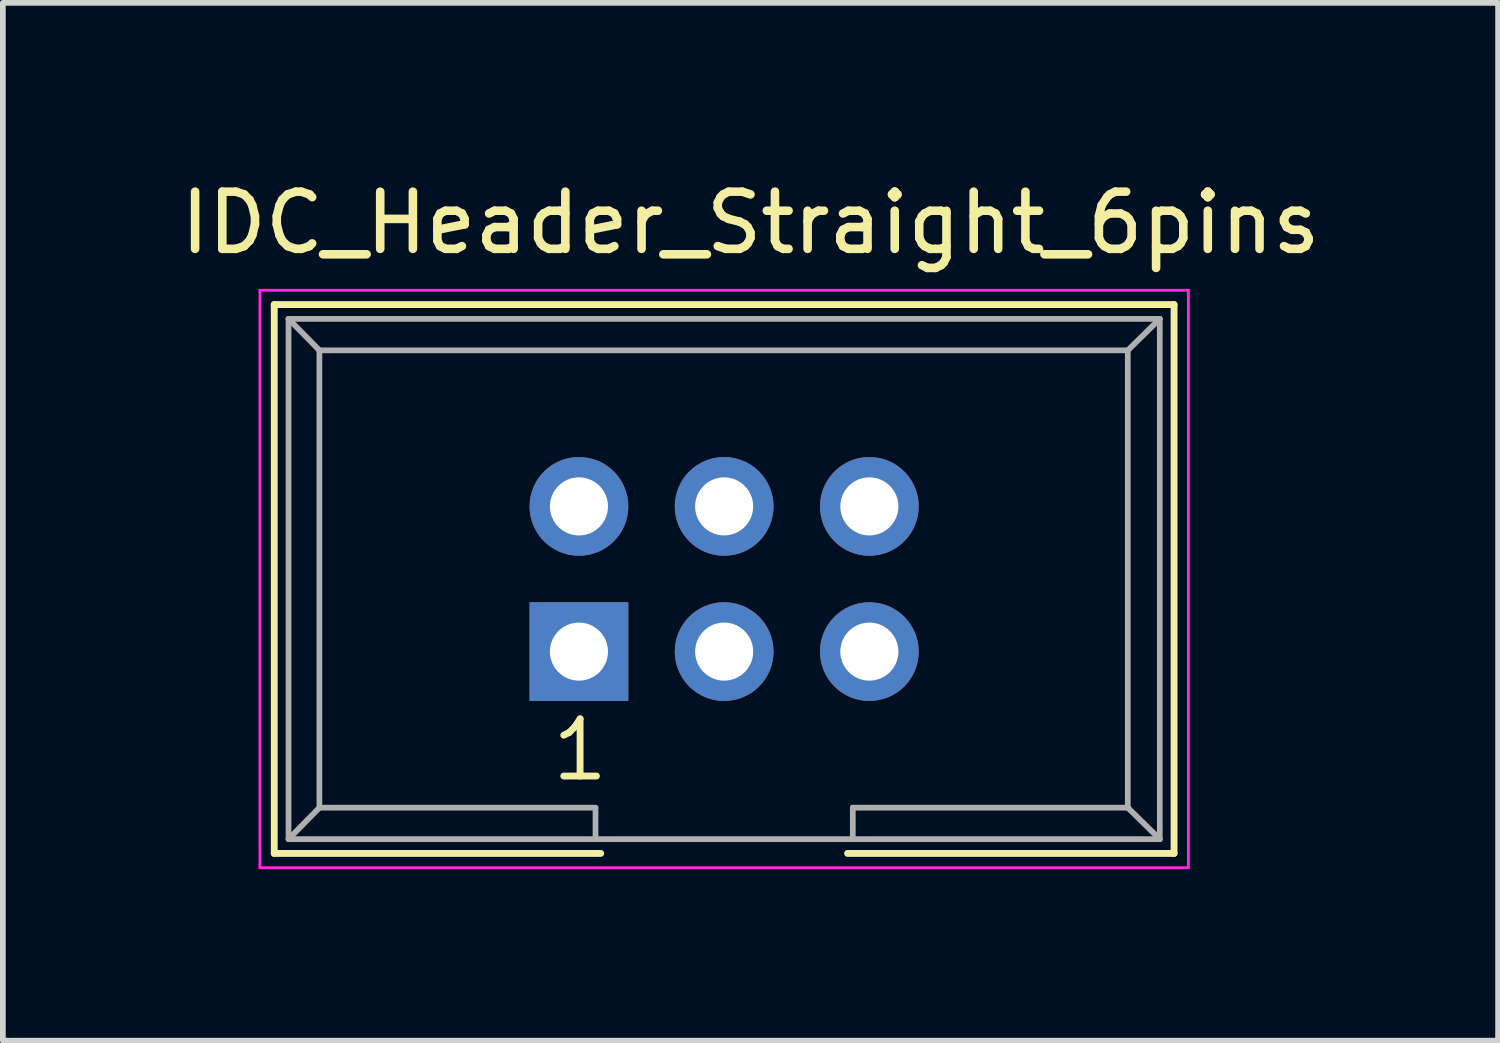
<source format=kicad_pcb>
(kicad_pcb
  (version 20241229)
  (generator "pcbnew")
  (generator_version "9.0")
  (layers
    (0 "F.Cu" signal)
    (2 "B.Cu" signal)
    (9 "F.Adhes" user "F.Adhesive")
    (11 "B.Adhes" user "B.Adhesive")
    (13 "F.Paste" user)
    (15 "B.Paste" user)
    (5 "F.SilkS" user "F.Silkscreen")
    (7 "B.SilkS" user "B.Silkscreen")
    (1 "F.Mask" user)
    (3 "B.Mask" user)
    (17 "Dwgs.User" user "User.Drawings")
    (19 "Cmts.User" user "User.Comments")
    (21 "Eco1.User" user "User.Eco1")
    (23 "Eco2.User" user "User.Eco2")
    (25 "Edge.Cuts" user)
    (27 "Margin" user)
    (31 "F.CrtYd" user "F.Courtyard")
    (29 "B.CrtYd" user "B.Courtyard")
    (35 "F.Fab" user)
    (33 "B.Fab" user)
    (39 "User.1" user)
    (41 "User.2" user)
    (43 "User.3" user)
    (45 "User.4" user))
  (footprint "IDC_Header_Straight_6pins"
    (layer "F.Cu")
    (at 7.077 8.348)
    (property "Reference" "IDC_Header_Straight_6pins" (at 3 -7.5 0) (layer "F.SilkS") (effects (font (size 1 1) (thickness 0.15))))
    (attr through_hole)
    (fp_line (start -5.33 -6.07) (end 10.41 -6.07) (stroke (width 0.12) (type solid)) (layer "F.SilkS"))
    (fp_line (start -5.33 3.53) (end -5.33 -6.07) (stroke (width 0.12) (type solid)) (layer "F.SilkS"))
    (fp_line (start 0.381 3.53) (end -5.33 3.53) (stroke (width 0.12) (type solid)) (layer "F.SilkS"))
    (fp_line (start 10.41 -6.07) (end 10.41 3.53) (stroke (width 0.12) (type solid)) (layer "F.SilkS"))
    (fp_line (start 10.41 3.53) (end 4.699 3.53) (stroke (width 0.12) (type solid)) (layer "F.SilkS"))
    (fp_line (start -5.58 -6.32) (end 10.66 -6.32) (stroke (width 0.05) (type solid)) (layer "F.CrtYd"))
    (fp_line (start -5.58 3.78) (end -5.58 -6.32) (stroke (width 0.05) (type solid)) (layer "F.CrtYd"))
    (fp_line (start 10.66 -6.32) (end 10.66 3.78) (stroke (width 0.05) (type solid)) (layer "F.CrtYd"))
    (fp_line (start 10.66 3.78) (end -5.58 3.78) (stroke (width 0.05) (type solid)) (layer "F.CrtYd"))
    (fp_line (start -5.08 -5.82) (end -5.08 3.28) (stroke (width 0.1) (type solid)) (layer "F.Fab"))
    (fp_line (start -5.08 -5.82) (end -4.54 -5.27) (stroke (width 0.1) (type solid)) (layer "F.Fab"))
    (fp_line (start -5.08 -5.82) (end 10.16 -5.82) (stroke (width 0.1) (type solid)) (layer "F.Fab"))
    (fp_line (start -5.08 3.28) (end -4.54 2.73) (stroke (width 0.1) (type solid)) (layer "F.Fab"))
    (fp_line (start -5.08 3.28) (end 10.16 3.28) (stroke (width 0.1) (type solid)) (layer "F.Fab"))
    (fp_line (start -4.54 -5.27) (end -4.54 2.73) (stroke (width 0.1) (type solid)) (layer "F.Fab"))
    (fp_line (start -4.54 -5.27) (end 9.6 -5.27) (stroke (width 0.1) (type solid)) (layer "F.Fab"))
    (fp_line (start -4.54 2.73) (end 0.29 2.73) (stroke (width 0.1) (type solid)) (layer "F.Fab"))
    (fp_line (start 0.29 2.73) (end 0.29 3.28) (stroke (width 0.1) (type solid)) (layer "F.Fab"))
    (fp_line (start 4.79 2.73) (end 4.79 3.28) (stroke (width 0.1) (type solid)) (layer "F.Fab"))
    (fp_line (start 4.79 2.73) (end 9.6 2.73) (stroke (width 0.1) (type solid)) (layer "F.Fab"))
    (fp_line (start 9.6 -5.27) (end 9.6 2.73) (stroke (width 0.1) (type solid)) (layer "F.Fab"))
    (fp_line (start 10.16 -5.82) (end 9.6 -5.27) (stroke (width 0.1) (type solid)) (layer "F.Fab"))
    (fp_line (start 10.16 -5.82) (end 10.16 3.28) (stroke (width 0.1) (type solid)) (layer "F.Fab"))
    (fp_line (start 10.16 3.28) (end 9.6 2.73) (stroke (width 0.1) (type solid)) (layer "F.Fab"))
    (fp_text user "1" (at 0.02 1.72 0) (layer "F.SilkS") (effects (font (size 1 1) (thickness 0.12))))
    (pad "1" thru_hole rect (at 0 0) (size 1.727 1.727) (drill 1.016) (layers "*.Cu" "*.Mask"))
    (pad "2" thru_hole oval (at 0 -2.54) (size 1.727 1.727) (drill 1.016) (layers "*.Cu" "*.Mask"))
    (pad "3" thru_hole oval (at 2.54 0) (size 1.727 1.727) (drill 1.016) (layers "*.Cu" "*.Mask"))
    (pad "4" thru_hole oval (at 2.54 -2.54) (size 1.727 1.727) (drill 1.016) (layers "*.Cu" "*.Mask"))
    (pad "5" thru_hole oval (at 5.08 0) (size 1.727 1.727) (drill 1.016) (layers "*.Cu" "*.Mask"))
    (pad "6" thru_hole oval (at 5.08 -2.54) (size 1.727 1.727) (drill 1.016) (layers "*.Cu" "*.Mask")))
  (gr_rect
    (start -3 -3)
    (end 23.155 15.153)
    (stroke (width 0.1) (type default))
    (fill no)
    (layer "Edge.Cuts")))
</source>
